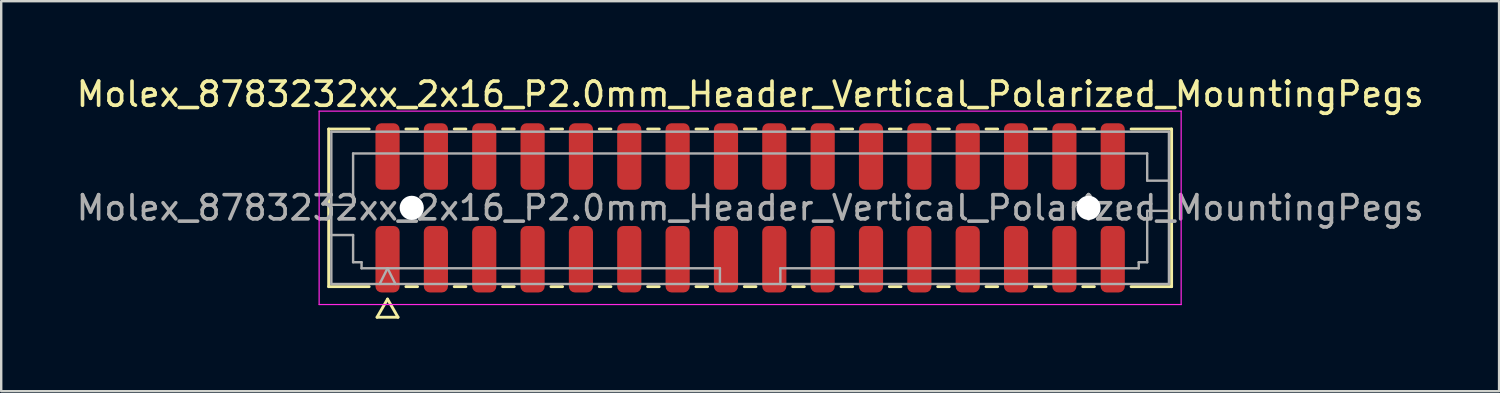
<source format=kicad_pcb>
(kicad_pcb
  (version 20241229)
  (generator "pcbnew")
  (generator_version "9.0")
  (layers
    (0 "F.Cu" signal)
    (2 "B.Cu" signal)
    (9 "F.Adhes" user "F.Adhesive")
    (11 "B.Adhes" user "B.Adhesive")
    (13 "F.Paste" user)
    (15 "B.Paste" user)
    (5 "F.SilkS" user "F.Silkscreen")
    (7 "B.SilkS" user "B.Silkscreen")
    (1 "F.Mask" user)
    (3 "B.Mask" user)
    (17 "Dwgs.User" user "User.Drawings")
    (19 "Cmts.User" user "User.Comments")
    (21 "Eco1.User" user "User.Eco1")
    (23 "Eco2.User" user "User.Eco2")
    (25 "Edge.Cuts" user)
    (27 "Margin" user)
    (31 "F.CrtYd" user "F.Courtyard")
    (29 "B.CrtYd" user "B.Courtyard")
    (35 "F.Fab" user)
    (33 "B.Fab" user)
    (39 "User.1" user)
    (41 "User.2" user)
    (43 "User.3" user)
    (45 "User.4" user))
  (footprint "Molex_8783232xx_2x16_P2.0mm_Header_Vertical_Polarized_MountingPegs"
    (layer "F.Cu")
    (at 27.982 5.548)
    (property "Reference" "Molex_8783232xx_2x16_P2.0mm_Header_Vertical_Polarized_MountingPegs" (at 0 -4.7 0) (layer "F.SilkS") (effects (font (size 1 1) (thickness 0.15))))
    (attr smd)
    (fp_line (start -17.435 -3.26) (end -15.76 -3.26) (stroke (width 0.12) (type solid)) (layer "F.SilkS"))
    (fp_line (start -17.435 3.26) (end -17.435 -3.26) (stroke (width 0.12) (type solid)) (layer "F.SilkS"))
    (fp_line (start -15.76 3.26) (end -17.435 3.26) (stroke (width 0.12) (type solid)) (layer "F.SilkS"))
    (fp_line (start -15.433 4.525) (end -15 3.775) (stroke (width 0.12) (type solid)) (layer "F.SilkS"))
    (fp_line (start -15 3.775) (end -14.567 4.525) (stroke (width 0.12) (type solid)) (layer "F.SilkS"))
    (fp_line (start -14.567 4.525) (end -15.433 4.525) (stroke (width 0.12) (type solid)) (layer "F.SilkS"))
    (fp_line (start -14.24 -3.26) (end -13.76 -3.26) (stroke (width 0.12) (type solid)) (layer "F.SilkS"))
    (fp_line (start -13.76 3.26) (end -14.24 3.26) (stroke (width 0.12) (type solid)) (layer "F.SilkS"))
    (fp_line (start -12.24 -3.26) (end -11.76 -3.26) (stroke (width 0.12) (type solid)) (layer "F.SilkS"))
    (fp_line (start -11.76 3.26) (end -12.24 3.26) (stroke (width 0.12) (type solid)) (layer "F.SilkS"))
    (fp_line (start -10.24 -3.26) (end -9.76 -3.26) (stroke (width 0.12) (type solid)) (layer "F.SilkS"))
    (fp_line (start -9.76 3.26) (end -10.24 3.26) (stroke (width 0.12) (type solid)) (layer "F.SilkS"))
    (fp_line (start -8.24 -3.26) (end -7.76 -3.26) (stroke (width 0.12) (type solid)) (layer "F.SilkS"))
    (fp_line (start -7.76 3.26) (end -8.24 3.26) (stroke (width 0.12) (type solid)) (layer "F.SilkS"))
    (fp_line (start -6.24 -3.26) (end -5.76 -3.26) (stroke (width 0.12) (type solid)) (layer "F.SilkS"))
    (fp_line (start -5.76 3.26) (end -6.24 3.26) (stroke (width 0.12) (type solid)) (layer "F.SilkS"))
    (fp_line (start -4.24 -3.26) (end -3.76 -3.26) (stroke (width 0.12) (type solid)) (layer "F.SilkS"))
    (fp_line (start -3.76 3.26) (end -4.24 3.26) (stroke (width 0.12) (type solid)) (layer "F.SilkS"))
    (fp_line (start -2.24 -3.26) (end -1.76 -3.26) (stroke (width 0.12) (type solid)) (layer "F.SilkS"))
    (fp_line (start -1.76 3.26) (end -2.24 3.26) (stroke (width 0.12) (type solid)) (layer "F.SilkS"))
    (fp_line (start -0.24 -3.26) (end 0.24 -3.26) (stroke (width 0.12) (type solid)) (layer "F.SilkS"))
    (fp_line (start 0.24 3.26) (end -0.24 3.26) (stroke (width 0.12) (type solid)) (layer "F.SilkS"))
    (fp_line (start 1.76 -3.26) (end 2.24 -3.26) (stroke (width 0.12) (type solid)) (layer "F.SilkS"))
    (fp_line (start 2.24 3.26) (end 1.76 3.26) (stroke (width 0.12) (type solid)) (layer "F.SilkS"))
    (fp_line (start 3.76 -3.26) (end 4.24 -3.26) (stroke (width 0.12) (type solid)) (layer "F.SilkS"))
    (fp_line (start 4.24 3.26) (end 3.76 3.26) (stroke (width 0.12) (type solid)) (layer "F.SilkS"))
    (fp_line (start 5.76 -3.26) (end 6.24 -3.26) (stroke (width 0.12) (type solid)) (layer "F.SilkS"))
    (fp_line (start 6.24 3.26) (end 5.76 3.26) (stroke (width 0.12) (type solid)) (layer "F.SilkS"))
    (fp_line (start 7.76 -3.26) (end 8.24 -3.26) (stroke (width 0.12) (type solid)) (layer "F.SilkS"))
    (fp_line (start 8.24 3.26) (end 7.76 3.26) (stroke (width 0.12) (type solid)) (layer "F.SilkS"))
    (fp_line (start 9.76 -3.26) (end 10.24 -3.26) (stroke (width 0.12) (type solid)) (layer "F.SilkS"))
    (fp_line (start 10.24 3.26) (end 9.76 3.26) (stroke (width 0.12) (type solid)) (layer "F.SilkS"))
    (fp_line (start 11.76 -3.26) (end 12.24 -3.26) (stroke (width 0.12) (type solid)) (layer "F.SilkS"))
    (fp_line (start 12.24 3.26) (end 11.76 3.26) (stroke (width 0.12) (type solid)) (layer "F.SilkS"))
    (fp_line (start 13.76 -3.26) (end 14.24 -3.26) (stroke (width 0.12) (type solid)) (layer "F.SilkS"))
    (fp_line (start 14.24 3.26) (end 13.76 3.26) (stroke (width 0.12) (type solid)) (layer "F.SilkS"))
    (fp_line (start 15.76 -3.26) (end 17.435 -3.26) (stroke (width 0.12) (type solid)) (layer "F.SilkS"))
    (fp_line (start 17.435 -3.26) (end 17.435 3.26) (stroke (width 0.12) (type solid)) (layer "F.SilkS"))
    (fp_line (start 17.435 3.26) (end 15.76 3.26) (stroke (width 0.12) (type solid)) (layer "F.SilkS"))
    (fp_line (start -17.83 -4) (end -17.83 4) (stroke (width 0.05) (type solid)) (layer "F.CrtYd"))
    (fp_line (start -17.83 4) (end 17.83 4) (stroke (width 0.05) (type solid)) (layer "F.CrtYd"))
    (fp_line (start 17.83 -4) (end -17.83 -4) (stroke (width 0.05) (type solid)) (layer "F.CrtYd"))
    (fp_line (start 17.83 4) (end 17.83 -4) (stroke (width 0.05) (type solid)) (layer "F.CrtYd"))
    (fp_line (start -17.325 -3.15) (end 17.325 -3.15) (stroke (width 0.1) (type solid)) (layer "F.Fab"))
    (fp_line (start -17.325 -0.125) (end -16.425 -0.125) (stroke (width 0.1) (type solid)) (layer "F.Fab"))
    (fp_line (start -17.325 1.125) (end -16.425 1.125) (stroke (width 0.1) (type solid)) (layer "F.Fab"))
    (fp_line (start -17.325 3.15) (end -17.325 -3.15) (stroke (width 0.1) (type solid)) (layer "F.Fab"))
    (fp_line (start -16.425 -2.25) (end 16.425 -2.25) (stroke (width 0.1) (type solid)) (layer "F.Fab"))
    (fp_line (start -16.425 -0.125) (end -16.425 -2.25) (stroke (width 0.1) (type solid)) (layer "F.Fab"))
    (fp_line (start -16.425 1.125) (end -16.425 2.25) (stroke (width 0.1) (type solid)) (layer "F.Fab"))
    (fp_line (start -16.425 2.25) (end -16.075 2.25) (stroke (width 0.1) (type solid)) (layer "F.Fab"))
    (fp_line (start -16.075 2.25) (end -16.075 2.5) (stroke (width 0.1) (type solid)) (layer "F.Fab"))
    (fp_line (start -16.075 2.5) (end -1.25 2.5) (stroke (width 0.1) (type solid)) (layer "F.Fab"))
    (fp_line (start -15.325 3.15) (end -15 2.5) (stroke (width 0.1) (type solid)) (layer "F.Fab"))
    (fp_line (start -15 2.5) (end -14.675 3.15) (stroke (width 0.1) (type solid)) (layer "F.Fab"))
    (fp_line (start -1.25 2.5) (end -1.25 3.15) (stroke (width 0.1) (type solid)) (layer "F.Fab"))
    (fp_line (start 1.25 2.5) (end 1.25 3.15) (stroke (width 0.1) (type solid)) (layer "F.Fab"))
    (fp_line (start 1.25 2.5) (end 16.075 2.5) (stroke (width 0.1) (type solid)) (layer "F.Fab"))
    (fp_line (start 16.075 2.25) (end 16.425 2.25) (stroke (width 0.1) (type solid)) (layer "F.Fab"))
    (fp_line (start 16.075 2.5) (end 16.075 2.25) (stroke (width 0.1) (type solid)) (layer "F.Fab"))
    (fp_line (start 16.425 -2.25) (end 16.425 -1.125) (stroke (width 0.1) (type solid)) (layer "F.Fab"))
    (fp_line (start 16.425 -1.125) (end 17.325 -1.125) (stroke (width 0.1) (type solid)) (layer "F.Fab"))
    (fp_line (start 16.425 0.125) (end 17.325 0.125) (stroke (width 0.1) (type solid)) (layer "F.Fab"))
    (fp_line (start 16.425 2.25) (end 16.425 0.125) (stroke (width 0.1) (type solid)) (layer "F.Fab"))
    (fp_line (start 17.325 -3.15) (end 17.325 3.15) (stroke (width 0.1) (type solid)) (layer "F.Fab"))
    (fp_line (start 17.325 3.15) (end -17.325 3.15) (stroke (width 0.1) (type solid)) (layer "F.Fab"))
    (fp_text user "${REFERENCE}" (at 0 0 0) (layer "F.Fab") (effects (font (size 1 1) (thickness 0.15))))
    (pad "" np_thru_hole circle (at -14 0) (size 1 1) (drill 1) (layers "*.Cu" "*.Mask"))
    (pad "" np_thru_hole circle (at 14 0) (size 1 1) (drill 1) (layers "*.Cu" "*.Mask"))
    (pad "1" smd roundrect (at -15 2.125) (size 1 2.75) (layers "F.Cu" "F.Mask" "F.Paste") (roundrect_rratio 0.25))
    (pad "2" smd roundrect (at -15 -2.125) (size 1 2.75) (layers "F.Cu" "F.Mask" "F.Paste") (roundrect_rratio 0.25))
    (pad "3" smd roundrect (at -13 2.125) (size 1 2.75) (layers "F.Cu" "F.Mask" "F.Paste") (roundrect_rratio 0.25))
    (pad "4" smd roundrect (at -13 -2.125) (size 1 2.75) (layers "F.Cu" "F.Mask" "F.Paste") (roundrect_rratio 0.25))
    (pad "5" smd roundrect (at -11 2.125) (size 1 2.75) (layers "F.Cu" "F.Mask" "F.Paste") (roundrect_rratio 0.25))
    (pad "6" smd roundrect (at -11 -2.125) (size 1 2.75) (layers "F.Cu" "F.Mask" "F.Paste") (roundrect_rratio 0.25))
    (pad "7" smd roundrect (at -9 2.125) (size 1 2.75) (layers "F.Cu" "F.Mask" "F.Paste") (roundrect_rratio 0.25))
    (pad "8" smd roundrect (at -9 -2.125) (size 1 2.75) (layers "F.Cu" "F.Mask" "F.Paste") (roundrect_rratio 0.25))
    (pad "9" smd roundrect (at -7 2.125) (size 1 2.75) (layers "F.Cu" "F.Mask" "F.Paste") (roundrect_rratio 0.25))
    (pad "10" smd roundrect (at -7 -2.125) (size 1 2.75) (layers "F.Cu" "F.Mask" "F.Paste") (roundrect_rratio 0.25))
    (pad "11" smd roundrect (at -5 2.125) (size 1 2.75) (layers "F.Cu" "F.Mask" "F.Paste") (roundrect_rratio 0.25))
    (pad "12" smd roundrect (at -5 -2.125) (size 1 2.75) (layers "F.Cu" "F.Mask" "F.Paste") (roundrect_rratio 0.25))
    (pad "13" smd roundrect (at -3 2.125) (size 1 2.75) (layers "F.Cu" "F.Mask" "F.Paste") (roundrect_rratio 0.25))
    (pad "14" smd roundrect (at -3 -2.125) (size 1 2.75) (layers "F.Cu" "F.Mask" "F.Paste") (roundrect_rratio 0.25))
    (pad "15" smd roundrect (at -1 2.125) (size 1 2.75) (layers "F.Cu" "F.Mask" "F.Paste") (roundrect_rratio 0.25))
    (pad "16" smd roundrect (at -1 -2.125) (size 1 2.75) (layers "F.Cu" "F.Mask" "F.Paste") (roundrect_rratio 0.25))
    (pad "17" smd roundrect (at 1 2.125) (size 1 2.75) (layers "F.Cu" "F.Mask" "F.Paste") (roundrect_rratio 0.25))
    (pad "18" smd roundrect (at 1 -2.125) (size 1 2.75) (layers "F.Cu" "F.Mask" "F.Paste") (roundrect_rratio 0.25))
    (pad "19" smd roundrect (at 3 2.125) (size 1 2.75) (layers "F.Cu" "F.Mask" "F.Paste") (roundrect_rratio 0.25))
    (pad "20" smd roundrect (at 3 -2.125) (size 1 2.75) (layers "F.Cu" "F.Mask" "F.Paste") (roundrect_rratio 0.25))
    (pad "21" smd roundrect (at 5 2.125) (size 1 2.75) (layers "F.Cu" "F.Mask" "F.Paste") (roundrect_rratio 0.25))
    (pad "22" smd roundrect (at 5 -2.125) (size 1 2.75) (layers "F.Cu" "F.Mask" "F.Paste") (roundrect_rratio 0.25))
    (pad "23" smd roundrect (at 7 2.125) (size 1 2.75) (layers "F.Cu" "F.Mask" "F.Paste") (roundrect_rratio 0.25))
    (pad "24" smd roundrect (at 7 -2.125) (size 1 2.75) (layers "F.Cu" "F.Mask" "F.Paste") (roundrect_rratio 0.25))
    (pad "25" smd roundrect (at 9 2.125) (size 1 2.75) (layers "F.Cu" "F.Mask" "F.Paste") (roundrect_rratio 0.25))
    (pad "26" smd roundrect (at 9 -2.125) (size 1 2.75) (layers "F.Cu" "F.Mask" "F.Paste") (roundrect_rratio 0.25))
    (pad "27" smd roundrect (at 11 2.125) (size 1 2.75) (layers "F.Cu" "F.Mask" "F.Paste") (roundrect_rratio 0.25))
    (pad "28" smd roundrect (at 11 -2.125) (size 1 2.75) (layers "F.Cu" "F.Mask" "F.Paste") (roundrect_rratio 0.25))
    (pad "29" smd roundrect (at 13 2.125) (size 1 2.75) (layers "F.Cu" "F.Mask" "F.Paste") (roundrect_rratio 0.25))
    (pad "30" smd roundrect (at 13 -2.125) (size 1 2.75) (layers "F.Cu" "F.Mask" "F.Paste") (roundrect_rratio 0.25))
    (pad "31" smd roundrect (at 15 2.125) (size 1 2.75) (layers "F.Cu" "F.Mask" "F.Paste") (roundrect_rratio 0.25))
    (pad "32" smd roundrect (at 15 -2.125) (size 1 2.75) (layers "F.Cu" "F.Mask" "F.Paste") (roundrect_rratio 0.25)))
  (gr_rect
    (start -3 -3)
    (end 58.964 13.133)
    (stroke (width 0.1) (type default))
    (fill no)
    (layer "Edge.Cuts")))
</source>
